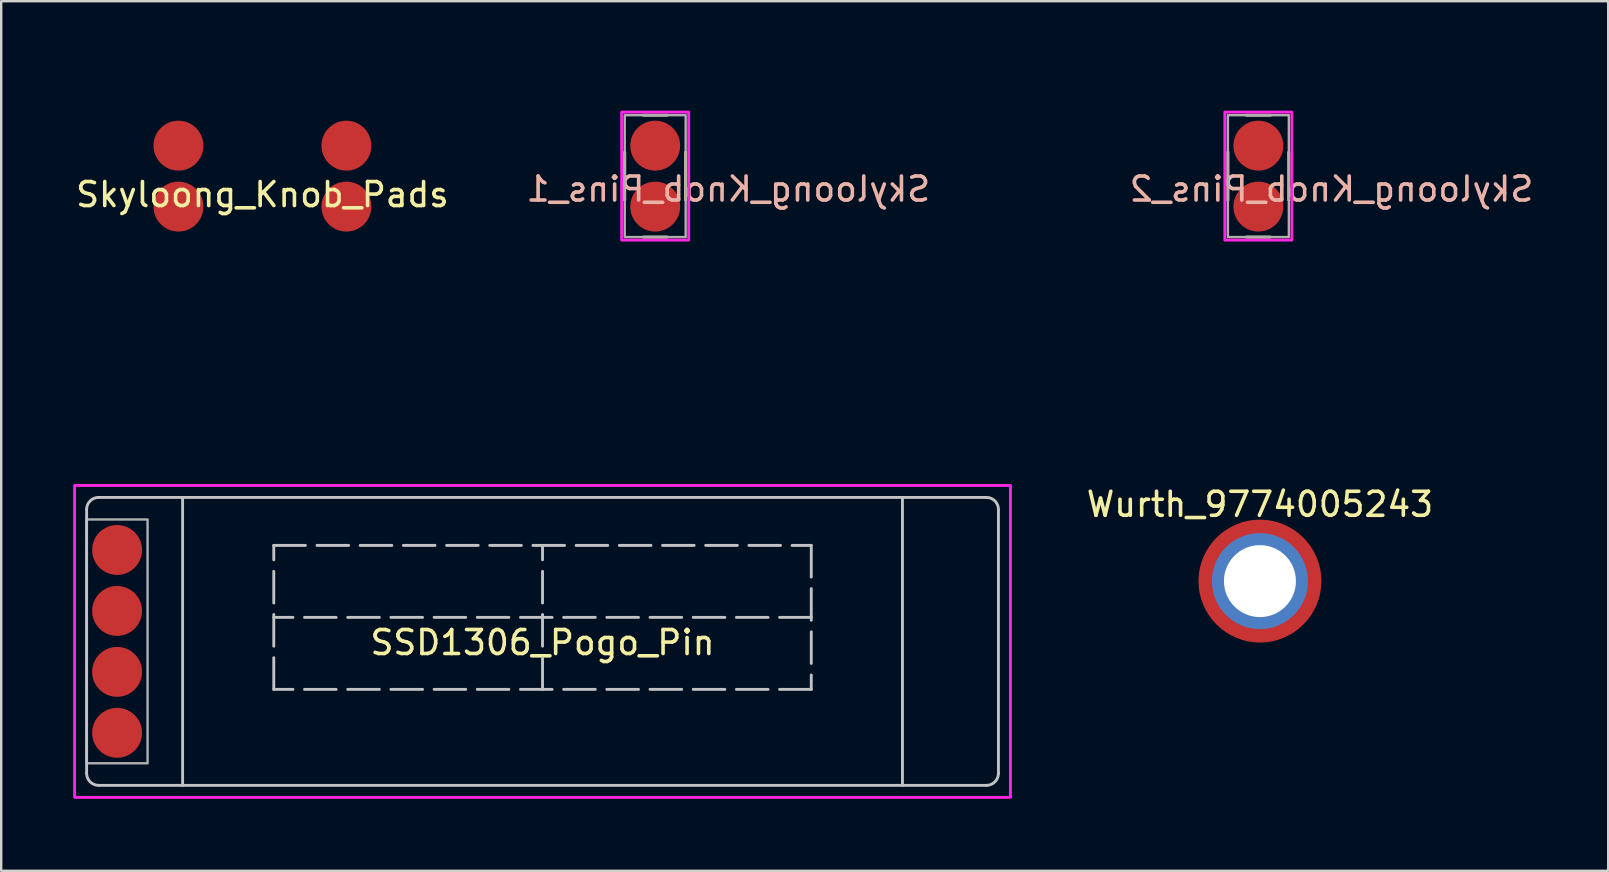
<source format=kicad_pcb>
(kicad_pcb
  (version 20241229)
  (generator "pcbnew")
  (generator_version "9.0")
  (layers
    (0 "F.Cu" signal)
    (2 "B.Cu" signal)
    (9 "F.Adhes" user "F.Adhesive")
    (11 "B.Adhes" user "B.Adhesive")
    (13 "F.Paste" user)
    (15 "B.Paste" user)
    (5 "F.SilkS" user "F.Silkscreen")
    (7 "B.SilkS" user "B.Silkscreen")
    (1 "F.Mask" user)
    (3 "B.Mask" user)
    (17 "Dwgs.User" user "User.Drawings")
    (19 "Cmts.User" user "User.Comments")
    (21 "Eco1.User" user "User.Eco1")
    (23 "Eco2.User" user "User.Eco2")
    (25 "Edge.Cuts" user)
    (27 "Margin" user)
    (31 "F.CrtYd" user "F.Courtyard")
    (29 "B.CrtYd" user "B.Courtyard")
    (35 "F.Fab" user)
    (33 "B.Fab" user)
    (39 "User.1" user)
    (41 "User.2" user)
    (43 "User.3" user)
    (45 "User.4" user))
  (footprint "Wurth_9774005243"
    (layer "F.Cu")
    (at 49.459 21.168)
    (property "Reference" "Wurth_9774005243" (at 0 -3.2 0) (unlocked yes) (layer "F.SilkS") (effects (font (size 1 1) (thickness 0.15))))
    (attr through_hole)
    (fp_poly (pts (xy -1.508 0.357) (xy -1.494 0.414) (xy -1.459 0.525) (xy -1.416 0.631) (xy -1.365 0.734) (xy -1.308 0.832) (xy -1.244 0.925) (xy -1.173 1.013) (xy -1.096 1.096) (xy -1.013 1.173) (xy -0.925 1.244) (xy -0.832 1.308) (xy -0.734 1.365) (xy -0.631 1.416) (xy -0.525 1.459) (xy -0.414 1.494) (xy -0.357 1.508) (xy -0.3 1.521) (xy -0.3 2.542) (xy -0.41 2.527) (xy -0.517 2.507) (xy -0.624 2.483) (xy -0.728 2.454) (xy -0.831 2.422) (xy -0.932 2.385) (xy -1.03 2.344) (xy -1.127 2.299) (xy -1.221 2.25) (xy -1.313 2.198) (xy -1.403 2.142) (xy -1.49 2.082) (xy -1.574 2.019) (xy -1.656 1.953) (xy -1.734 1.883) (xy -1.81 1.81) (xy -1.883 1.734) (xy -1.953 1.656) (xy -2.019 1.574) (xy -2.082 1.49) (xy -2.142 1.403) (xy -2.198 1.313) (xy -2.25 1.221) (xy -2.299 1.127) (xy -2.344 1.03) (xy -2.385 0.932) (xy -2.422 0.831) (xy -2.454 0.728) (xy -2.483 0.624) (xy -2.507 0.517) (xy -2.527 0.41) (xy -2.542 0.3) (xy -1.521 0.3)) (stroke (width 0.01) (type solid)) (fill yes) (layer "F.Paste"))
    (fp_poly (pts (xy 0.41 -2.527) (xy 0.517 -2.507) (xy 0.624 -2.483) (xy 0.728 -2.454) (xy 0.831 -2.422) (xy 0.932 -2.385) (xy 1.03 -2.344) (xy 1.127 -2.299) (xy 1.221 -2.25) (xy 1.313 -2.198) (xy 1.403 -2.142) (xy 1.49 -2.082) (xy 1.574 -2.019) (xy 1.656 -1.953) (xy 1.734 -1.883) (xy 1.81 -1.81) (xy 1.883 -1.734) (xy 1.953 -1.656) (xy 2.019 -1.574) (xy 2.082 -1.49) (xy 2.142 -1.403) (xy 2.198 -1.313) (xy 2.25 -1.221) (xy 2.299 -1.127) (xy 2.344 -1.03) (xy 2.385 -0.932) (xy 2.422 -0.831) (xy 2.454 -0.728) (xy 2.483 -0.624) (xy 2.507 -0.517) (xy 2.527 -0.41) (xy 2.542 -0.3) (xy 1.521 -0.3) (xy 1.508 -0.357) (xy 1.494 -0.414) (xy 1.459 -0.525) (xy 1.416 -0.631) (xy 1.365 -0.734) (xy 1.308 -0.832) (xy 1.244 -0.925) (xy 1.173 -1.013) (xy 1.096 -1.096) (xy 1.013 -1.173) (xy 0.925 -1.244) (xy 0.832 -1.308) (xy 0.734 -1.365) (xy 0.631 -1.416) (xy 0.525 -1.459) (xy 0.414 -1.494) (xy 0.357 -1.508) (xy 0.3 -1.521) (xy 0.3 -2.542)) (stroke (width 0.01) (type solid)) (fill yes) (layer "F.Paste"))
    (fp_poly (pts (xy 2.527 0.41) (xy 2.507 0.517) (xy 2.483 0.624) (xy 2.454 0.728) (xy 2.422 0.831) (xy 2.385 0.932) (xy 2.344 1.03) (xy 2.299 1.127) (xy 2.25 1.221) (xy 2.198 1.313) (xy 2.142 1.403) (xy 2.082 1.49) (xy 2.019 1.574) (xy 1.953 1.656) (xy 1.883 1.734) (xy 1.81 1.81) (xy 1.734 1.883) (xy 1.656 1.953) (xy 1.574 2.019) (xy 1.49 2.082) (xy 1.403 2.142) (xy 1.313 2.198) (xy 1.221 2.25) (xy 1.127 2.299) (xy 1.03 2.344) (xy 0.932 2.385) (xy 0.831 2.422) (xy 0.728 2.454) (xy 0.624 2.483) (xy 0.517 2.507) (xy 0.41 2.527) (xy 0.3 2.542) (xy 0.3 1.521) (xy 0.357 1.508) (xy 0.414 1.494) (xy 0.525 1.459) (xy 0.631 1.416) (xy 0.734 1.365) (xy 0.832 1.308) (xy 0.925 1.244) (xy 1.013 1.173) (xy 1.096 1.096) (xy 1.173 1.013) (xy 1.244 0.925) (xy 1.308 0.832) (xy 1.365 0.734) (xy 1.416 0.631) (xy 1.459 0.525) (xy 1.494 0.414) (xy 1.508 0.357) (xy 1.521 0.3) (xy 2.542 0.3)) (stroke (width 0.01) (type solid)) (fill yes) (layer "F.Paste"))
    (fp_poly (pts (xy -0.3 -1.521) (xy -0.357 -1.508) (xy -0.414 -1.494) (xy -0.525 -1.459) (xy -0.631 -1.416) (xy -0.734 -1.365) (xy -0.832 -1.308) (xy -0.925 -1.244) (xy -1.013 -1.173) (xy -1.096 -1.096) (xy -1.173 -1.013) (xy -1.244 -0.925) (xy -1.308 -0.832) (xy -1.365 -0.734) (xy -1.416 -0.631) (xy -1.459 -0.525) (xy -1.494 -0.414) (xy -1.508 -0.357) (xy -1.521 -0.3) (xy -2.542 -0.3) (xy -2.527 -0.41) (xy -2.507 -0.517) (xy -2.483 -0.624) (xy -2.454 -0.728) (xy -2.422 -0.831) (xy -2.385 -0.932) (xy -2.344 -1.03) (xy -2.299 -1.127) (xy -2.25 -1.221) (xy -2.198 -1.313) (xy -2.142 -1.403) (xy -2.082 -1.49) (xy -2.019 -1.574) (xy -1.953 -1.656) (xy -1.883 -1.734) (xy -1.81 -1.81) (xy -1.734 -1.883) (xy -1.656 -1.953) (xy -1.574 -2.019) (xy -1.49 -2.082) (xy -1.403 -2.142) (xy -1.313 -2.198) (xy -1.221 -2.25) (xy -1.127 -2.299) (xy -1.03 -2.344) (xy -0.932 -2.385) (xy -0.831 -2.422) (xy -0.728 -2.454) (xy -0.624 -2.483) (xy -0.517 -2.507) (xy -0.41 -2.527) (xy -0.3 -2.542) (xy -0.3 -2.542) (xy -0.3 -2.542) (xy -0.3 -2.542)) (stroke (width 0.01) (type solid)) (fill yes) (layer "F.Paste"))
    (pad "1" thru_hole circle (at 0 0) (size 4 4) (drill 3) (layers "*.Cu" "F.Mask"))
    (pad "1" smd circle (at 0 0) (size 5.12 5.12) (layers "F.Cu" "F.Mask")))
  (footprint "Skyloong_Knob_Pins_2"
    (layer "F.Cu")
    (at 49.393 5.56)
    (property "Reference" "Skyloong_Knob_Pins_2" (at 3.048 -0.73 0) (unlocked yes) (layer "B.SilkS") (effects (font (size 1 1) (thickness 0.15)) (justify mirror)))
    (attr smd)
    (fp_line (start -1.27 -0.27) (end -1.27 -2.27) (stroke (width 0.12) (type default)) (layer "F.SilkS"))
    (fp_line (start -0.5 -3.81) (end 0.5 -3.81) (stroke (width 0.12) (type default)) (layer "F.SilkS"))
    (fp_line (start -0.5 1.27) (end 0.5 1.27) (stroke (width 0.12) (type default)) (layer "F.SilkS"))
    (fp_line (start 1.27 -0.27) (end 1.27 -2.27) (stroke (width 0.12) (type default)) (layer "F.SilkS"))
    (fp_rect (start 3.5 -5.5) (end -10.5 8.5) (stroke (width 0.12) (type solid)) (fill no) (layer "Eco2.User"))
    (fp_circle (center -3.5 1.5) (end -1.5 1.5) (stroke (width 0.12) (type solid)) (fill no) (layer "Eco2.User"))
    (fp_rect (start 1.397 -3.937) (end -1.397 1.397) (stroke (width 0.12) (type solid)) (fill no) (layer "F.CrtYd"))
    (fp_rect (start -1.27 -3.81) (end 1.27 1.27) (stroke (width 0.1) (type solid)) (fill no) (layer "F.Fab"))
    (pad "1" smd circle (at 0 -2.54) (size 2.08 2.08) (layers "F.Cu" "F.Mask" "F.Paste"))
    (pad "2" smd circle (at 0 0) (size 2.08 2.08) (layers "F.Cu" "F.Mask" "F.Paste")))
  (footprint "Skyloong_Knob_Pads"
    (layer "F.Cu")
    (at 7.887 7.06)
    (property "Reference" "Skyloong_Knob_Pads" (at 0 -2 0) (unlocked yes) (layer "F.SilkS") (effects (font (size 1 1) (thickness 0.15))))
    (attr smd)
    (fp_rect (start -7 -7) (end 7 7) (stroke (width 0.12) (type solid)) (fill no) (layer "Eco2.User"))
    (fp_rect (start -1.8 -6.7) (end 1.8 -3.4) (stroke (width 0.12) (type solid)) (fill no) (layer "Eco2.User"))
    (fp_circle (center -5.08 0) (end -4.23 0) (stroke (width 0.12) (type solid)) (fill no) (layer "Eco2.User"))
    (fp_circle (center 0 0) (end 2 0) (stroke (width 0.12) (type solid)) (fill no) (layer "Eco2.User"))
    (fp_circle (center 5.08 0) (end 5.93 0) (stroke (width 0.12) (type solid)) (fill no) (layer "Eco2.User"))
    (pad "A" smd circle (at -3.5 -4.04) (size 2.08 2.08) (layers "F.Cu" "F.Mask"))
    (pad "B" smd circle (at -3.5 -1.5) (size 2.08 2.08) (layers "F.Cu" "F.Mask"))
    (pad "C" smd circle (at 3.5 -1.5) (size 2.08 2.08) (layers "F.Cu" "F.Mask"))
    (pad "S" smd circle (at 3.5 -4.04) (size 2.08 2.08) (layers "F.Cu" "F.Mask")))
  (footprint "SSD1306_Pogo_Pin"
    (layer "F.Cu")
    (at 2.06 23.68)
    (property "Reference" "SSD1306_Pogo_Pin" (at 17.5 0.05 0) (unlocked yes) (layer "F.SilkS") (effects (font (size 1 1) (thickness 0.15))))
    (attr smd)
    (fp_line (start -1.5 -5.5) (end -1.5 5.5) (stroke (width 0.12) (type solid)) (layer "Dwgs.User"))
    (fp_line (start -1 -6) (end 36 -6) (stroke (width 0.12) (type solid)) (layer "Dwgs.User"))
    (fp_line (start 2.5 -6) (end 2.5 6) (stroke (width 0.12) (type solid)) (layer "Dwgs.User"))
    (fp_line (start 17.5 2) (end 17.5 -4) (stroke (width 0.12) (type dash)) (layer "Dwgs.User"))
    (fp_line (start 28.7 -1) (end 6.3 -1) (stroke (width 0.12) (type dash)) (layer "Dwgs.User"))
    (fp_line (start 32.5 -6) (end 32.5 6) (stroke (width 0.12) (type solid)) (layer "Dwgs.User"))
    (fp_line (start 36 6) (end -1 6) (stroke (width 0.12) (type solid)) (layer "Dwgs.User"))
    (fp_line (start 36.5 5.5) (end 36.5 -5.5) (stroke (width 0.12) (type solid)) (layer "Dwgs.User"))
    (fp_rect (start 6.3 -4) (end 28.7 2) (stroke (width 0.12) (type dash)) (fill no) (layer "Dwgs.User"))
    (fp_arc (start -1.5 -5.5) (mid -1.353553 -5.853553) (end -1 -6) (stroke (width 0.12) (type solid)) (layer "Dwgs.User"))
    (fp_arc (start -1 6) (mid -1.353553 5.853553) (end -1.5 5.5) (stroke (width 0.12) (type solid)) (layer "Dwgs.User"))
    (fp_arc (start 36 -6) (mid 36.353554 -5.853554) (end 36.5 -5.5) (stroke (width 0.12) (type solid)) (layer "Dwgs.User"))
    (fp_arc (start 36.5 5.5) (mid 36.353554 5.853554) (end 36 6) (stroke (width 0.12) (type solid)) (layer "Dwgs.User"))
    (fp_rect (start -2 -6.5) (end 37 6.5) (stroke (width 0.12) (type solid)) (fill no) (layer "F.CrtYd"))
    (fp_rect (start -1.5 -5.08) (end 1.04 5.08) (stroke (width 0.1) (type solid)) (fill no) (layer "F.Fab"))
    (pad "1" smd circle (at -0.23 3.81) (size 2.08 2.08) (layers "F.Cu" "F.Mask" "F.Paste"))
    (pad "2" smd circle (at -0.23 1.27) (size 2.08 2.08) (layers "F.Cu" "F.Mask" "F.Paste"))
    (pad "3" smd circle (at -0.23 -1.27) (size 2.08 2.08) (layers "F.Cu" "F.Mask" "F.Paste"))
    (pad "4" smd circle (at -0.23 -3.81) (size 2.08 2.08) (layers "F.Cu" "F.Mask" "F.Paste")))
  (footprint "Skyloong_Knob_Pins_1"
    (layer "F.Cu")
    (at 24.256 5.56)
    (property "Reference" "Skyloong_Knob_Pins_1" (at 3.048 -0.73 0) (unlocked yes) (layer "B.SilkS") (effects (font (size 1 1) (thickness 0.15)) (justify mirror)))
    (attr smd)
    (fp_line (start -1.27 -0.27) (end -1.27 -2.27) (stroke (width 0.12) (type default)) (layer "F.SilkS"))
    (fp_line (start -0.5 -3.81) (end 0.5 -3.81) (stroke (width 0.12) (type default)) (layer "F.SilkS"))
    (fp_line (start -0.5 1.27) (end 0.5 1.27) (stroke (width 0.12) (type default)) (layer "F.SilkS"))
    (fp_line (start 1.27 -0.27) (end 1.27 -2.27) (stroke (width 0.12) (type default)) (layer "F.SilkS"))
    (fp_rect (start 10.5 -5.5) (end -3.5 8.5) (stroke (width 0.12) (type solid)) (fill no) (layer "Eco2.User"))
    (fp_circle (center 3.5 1.5) (end 5.5 1.5) (stroke (width 0.12) (type solid)) (fill no) (layer "Eco2.User"))
    (fp_rect (start 1.397 -3.937) (end -1.397 1.397) (stroke (width 0.12) (type solid)) (fill no) (layer "F.CrtYd"))
    (fp_rect (start -1.27 -3.81) (end 1.27 1.27) (stroke (width 0.1) (type solid)) (fill no) (layer "F.Fab"))
    (pad "1" smd circle (at 0 -2.54) (size 2.08 2.08) (layers "F.Cu" "F.Mask" "F.Paste"))
    (pad "2" smd circle (at 0 0) (size 2.08 2.08) (layers "F.Cu" "F.Mask" "F.Paste")))
  (gr_rect
    (start -3 -3)
    (end 63.971 33.24)
    (stroke (width 0.1) (type default))
    (fill no)
    (layer "Edge.Cuts")))
</source>
